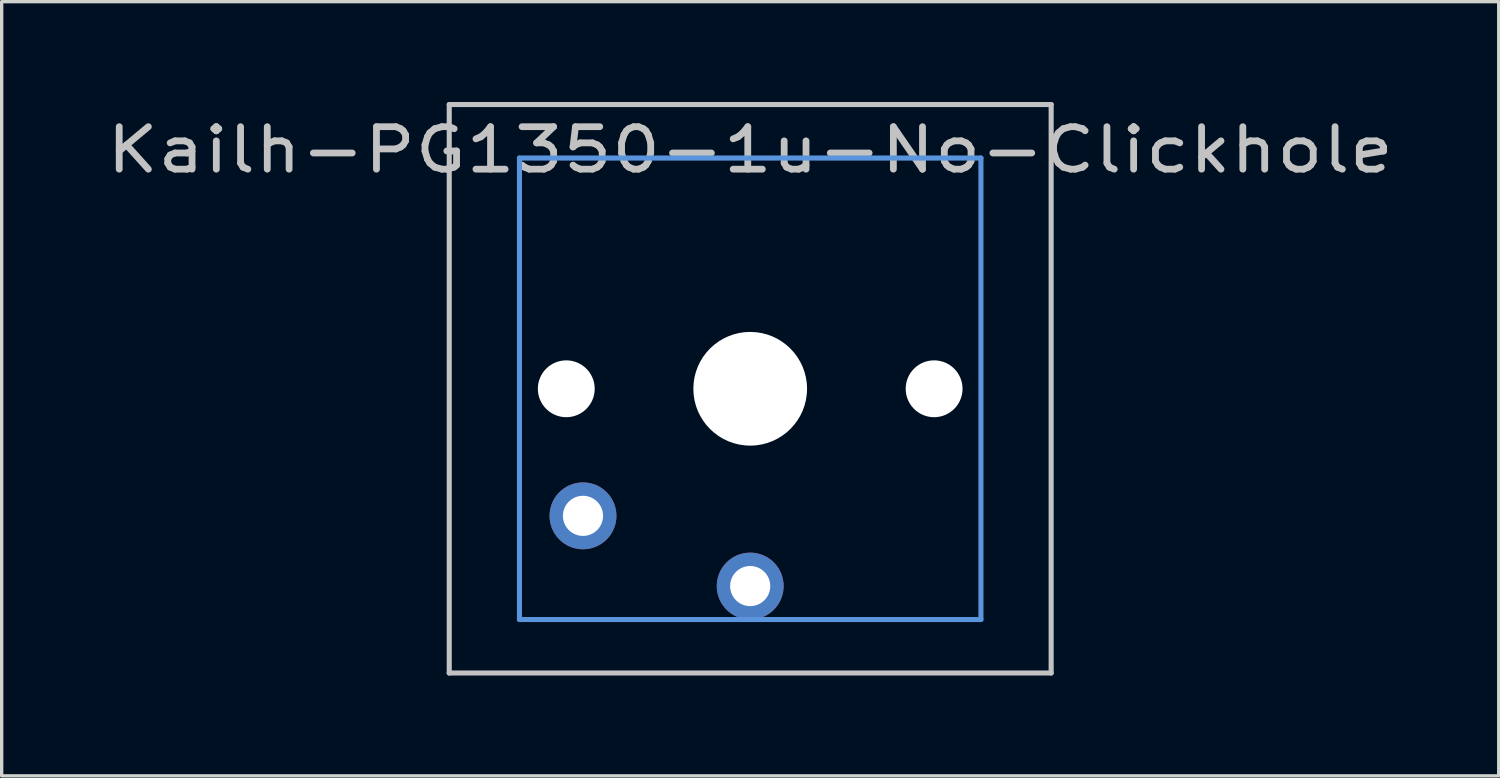
<source format=kicad_pcb>
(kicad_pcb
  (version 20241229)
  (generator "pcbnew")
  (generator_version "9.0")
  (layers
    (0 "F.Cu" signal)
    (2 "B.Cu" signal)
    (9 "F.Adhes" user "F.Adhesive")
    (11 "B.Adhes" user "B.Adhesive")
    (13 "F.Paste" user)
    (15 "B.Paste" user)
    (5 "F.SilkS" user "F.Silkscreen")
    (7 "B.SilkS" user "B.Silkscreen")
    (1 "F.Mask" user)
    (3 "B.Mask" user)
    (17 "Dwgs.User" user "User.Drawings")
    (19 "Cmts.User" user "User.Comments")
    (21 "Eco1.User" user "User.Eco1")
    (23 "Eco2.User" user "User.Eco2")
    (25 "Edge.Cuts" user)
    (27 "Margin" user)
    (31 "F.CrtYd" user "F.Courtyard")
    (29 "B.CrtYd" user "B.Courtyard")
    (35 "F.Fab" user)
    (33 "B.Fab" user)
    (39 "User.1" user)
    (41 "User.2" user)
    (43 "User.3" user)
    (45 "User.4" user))
  (footprint "Kailh-PG1350-1u-No-Clickhole"
    (layer "F.Cu")
    (at 19.384 8.576)
    (property "Reference" "Kailh-PG1350-1u-No-Clickhole" (at 0 -7.144 180) (layer "Dwgs.User") (effects (font (size 1.27 1.524) (thickness 0.203))))
    (attr through_hole)
    (fp_line (start -9 -8.5) (end 9 -8.5) (stroke (width 0.152) (type solid)) (layer "Dwgs.User"))
    (fp_line (start -9 8.5) (end -9 -8.5) (stroke (width 0.152) (type solid)) (layer "Dwgs.User"))
    (fp_line (start 9 -8.5) (end 9 8.5) (stroke (width 0.152) (type solid)) (layer "Dwgs.User"))
    (fp_line (start 9 8.5) (end -9 8.5) (stroke (width 0.152) (type solid)) (layer "Dwgs.User"))
    (fp_line (start -6.9 -6.9) (end 6.9 -6.9) (stroke (width 0.152) (type solid)) (layer "Cmts.User"))
    (fp_line (start -6.9 6.9) (end -6.9 -6.9) (stroke (width 0.152) (type solid)) (layer "Cmts.User"))
    (fp_line (start 6.9 -6.9) (end 6.9 6.9) (stroke (width 0.152) (type solid)) (layer "Cmts.User"))
    (fp_line (start 6.9 6.9) (end -6.9 6.9) (stroke (width 0.152) (type solid)) (layer "Cmts.User"))
    (fp_line (start -7.5 -7.5) (end 7.5 -7.5) (stroke (width 0.152) (type solid)) (layer "Eco2.User"))
    (fp_line (start -7.5 7.5) (end -7.5 -7.5) (stroke (width 0.152) (type solid)) (layer "Eco2.User"))
    (fp_line (start 7.5 -7.5) (end 7.5 7.5) (stroke (width 0.152) (type solid)) (layer "Eco2.User"))
    (fp_line (start 7.5 7.5) (end -7.5 7.5) (stroke (width 0.152) (type solid)) (layer "Eco2.User"))
    (pad "" np_thru_hole circle (at -5.5 0 180) (size 1.7 1.7) (drill 1.7) (layers "*.Cu"))
    (pad "" np_thru_hole circle (at 0 0 180) (size 3.4 3.4) (drill 3.4) (layers "*.Cu"))
    (pad "" np_thru_hole circle (at 5.5 0 180) (size 1.7 1.7) (drill 1.7) (layers "*.Cu"))
    (pad "1" thru_hole circle (at 0 5.9 180) (size 2 2) (drill 1.2) (layers "*.Cu" "*.Mask"))
    (pad "2" thru_hole circle (at -5 3.8 41.9) (size 2 2) (drill 1.2) (layers "*.Cu" "*.Mask")))
  (gr_rect
    (start -3 -3)
    (end 41.768 20.152)
    (stroke (width 0.1) (type default))
    (fill no)
    (layer "Edge.Cuts")))
</source>
